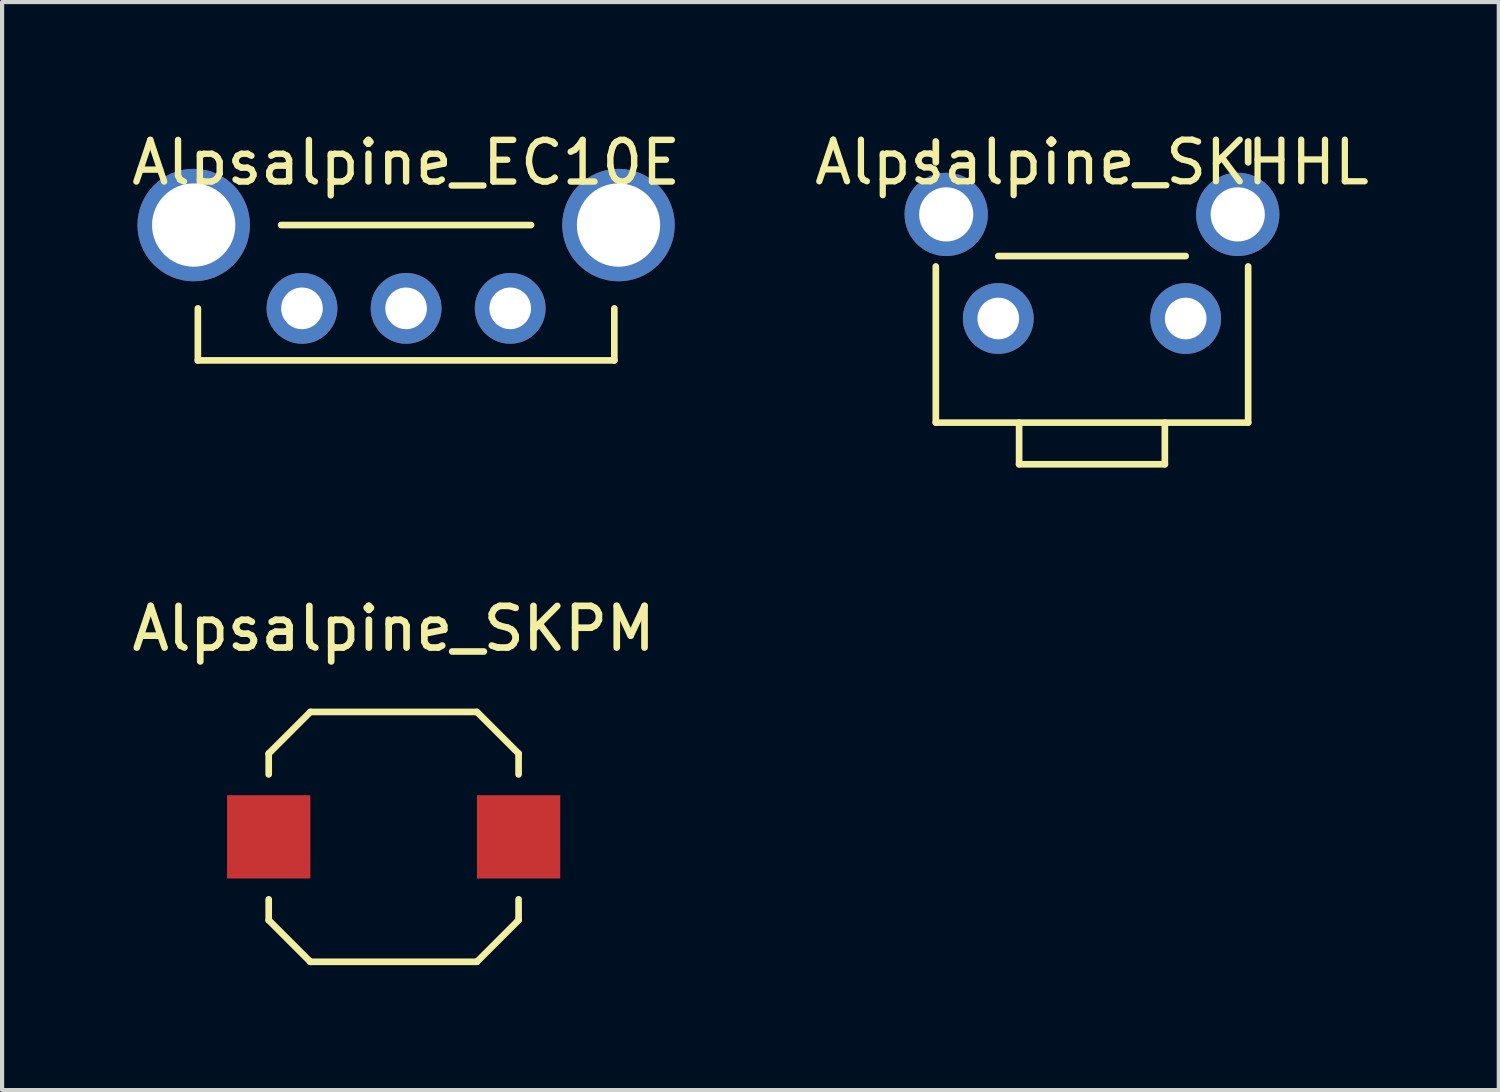
<source format=kicad_pcb>
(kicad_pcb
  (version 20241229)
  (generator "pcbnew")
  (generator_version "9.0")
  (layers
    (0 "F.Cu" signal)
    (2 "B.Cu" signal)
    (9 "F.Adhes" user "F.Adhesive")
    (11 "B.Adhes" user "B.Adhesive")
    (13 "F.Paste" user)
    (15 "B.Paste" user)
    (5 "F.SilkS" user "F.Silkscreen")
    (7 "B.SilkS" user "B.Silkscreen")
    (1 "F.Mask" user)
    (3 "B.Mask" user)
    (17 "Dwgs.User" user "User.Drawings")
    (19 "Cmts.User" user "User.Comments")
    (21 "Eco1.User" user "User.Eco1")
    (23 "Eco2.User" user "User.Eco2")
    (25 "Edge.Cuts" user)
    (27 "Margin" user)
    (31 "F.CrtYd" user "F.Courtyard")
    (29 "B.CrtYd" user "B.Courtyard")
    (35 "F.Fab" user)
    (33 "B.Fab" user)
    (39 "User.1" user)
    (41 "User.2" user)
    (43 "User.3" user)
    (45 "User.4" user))
  (footprint "Alpsalpine_EC10E"
    (layer "F.Cu")
    (at 6.701 3.354)
    (property "Reference" "Alpsalpine_EC10E" (at 0 -2.5 0) (unlocked yes) (layer "F.SilkS") (effects (font (size 1 1) (thickness 0.153))))
    (attr through_hole)
    (fp_line (start -5 1) (end -5 2.25) (stroke (width 0.16) (type default)) (layer "F.SilkS"))
    (fp_line (start -5 2.25) (end 5 2.25) (stroke (width 0.16) (type default)) (layer "F.SilkS"))
    (fp_line (start -3 -1) (end 3 -1) (stroke (width 0.16) (type default)) (layer "F.SilkS"))
    (fp_line (start 5 1) (end 5 2.25) (stroke (width 0.16) (type default)) (layer "F.SilkS"))
    (pad "" thru_hole circle (at -5.1 -1) (size 2.7 2.7) (drill 2) (layers "*.Cu" "*.Mask"))
    (pad "" thru_hole circle (at 5.1 -1) (size 2.7 2.7) (drill 2) (layers "*.Cu" "*.Mask"))
    (pad "1" thru_hole circle (at -2.5 1) (size 1.7 1.7) (drill 1) (layers "*.Cu" "*.Mask"))
    (pad "2" thru_hole circle (at 0 1) (size 1.7 1.7) (drill 1) (layers "*.Cu" "*.Mask"))
    (pad "3" thru_hole circle (at 2.5 1) (size 1.7 1.7) (drill 1) (layers "*.Cu" "*.Mask")))
  (footprint "Alpsalpine_SKPM"
    (layer "F.Cu")
    (at 6.402 17.044)
    (property "Reference" "Alpsalpine_SKPM" (at 0 -5 0) (layer "F.SilkS") (effects (font (size 1 1) (thickness 0.16))))
    (attr smd)
    (fp_line (start -3 -2) (end -2 -3) (stroke (width 0.16) (type solid)) (layer "F.SilkS"))
    (fp_line (start -3 -1.5) (end -3 -2) (stroke (width 0.16) (type solid)) (layer "F.SilkS"))
    (fp_line (start -3 2) (end -3 1.5) (stroke (width 0.16) (type solid)) (layer "F.SilkS"))
    (fp_line (start -3 2) (end -2 3) (stroke (width 0.16) (type solid)) (layer "F.SilkS"))
    (fp_line (start -2 -3) (end 2 -3) (stroke (width 0.16) (type solid)) (layer "F.SilkS"))
    (fp_line (start -2 3) (end 2 3) (stroke (width 0.16) (type solid)) (layer "F.SilkS"))
    (fp_line (start 3 -2) (end 2 -3) (stroke (width 0.16) (type solid)) (layer "F.SilkS"))
    (fp_line (start 3 -1.5) (end 3 -2) (stroke (width 0.16) (type solid)) (layer "F.SilkS"))
    (fp_line (start 3 2) (end 2 3) (stroke (width 0.16) (type solid)) (layer "F.SilkS"))
    (fp_line (start 3 2) (end 3 1.5) (stroke (width 0.16) (type solid)) (layer "F.SilkS"))
    (pad "1" smd rect (at -3 0) (size 2 2) (layers "F.Cu" "F.Mask" "F.Paste"))
    (pad "2" smd rect (at 3 0) (size 2 2) (layers "F.Cu" "F.Mask" "F.Paste")))
  (footprint "Alpsalpine_SKHHL"
    (layer "F.Cu")
    (at 23.17 4.598)
    (property "Reference" "Alpsalpine_SKHHL" (at 0 -3.75 0) (layer "F.SilkS") (effects (font (size 1 1) (thickness 0.15))))
    (attr through_hole)
    (fp_line (start -3.75 -3.75) (end -3.75 -4.25) (stroke (width 0.16) (type solid)) (layer "F.SilkS"))
    (fp_line (start -3.75 2.5) (end -3.75 -1.25) (stroke (width 0.16) (type solid)) (layer "F.SilkS"))
    (fp_line (start -3.75 2.5) (end 3.75 2.5) (stroke (width 0.16) (type solid)) (layer "F.SilkS"))
    (fp_line (start -2.25 -1.5) (end 2.25 -1.5) (stroke (width 0.16) (type default)) (layer "F.SilkS"))
    (fp_line (start -1.75 2.5) (end -1.75 3.5) (stroke (width 0.16) (type default)) (layer "F.SilkS"))
    (fp_line (start -1.75 3.5) (end 1.75 3.5) (stroke (width 0.16) (type default)) (layer "F.SilkS"))
    (fp_line (start 1.75 3.5) (end 1.75 2.5) (stroke (width 0.16) (type default)) (layer "F.SilkS"))
    (fp_line (start 3.75 -3.75) (end 3.75 -4.25) (stroke (width 0.16) (type solid)) (layer "F.SilkS"))
    (fp_line (start 3.75 2.5) (end 3.75 -1.25) (stroke (width 0.16) (type solid)) (layer "F.SilkS"))
    (pad "" thru_hole circle (at -3.5 -2.5) (size 2 2) (drill 1.3) (layers "*.Cu" "*.Mask"))
    (pad "" thru_hole circle (at 3.5 -2.5) (size 2 2) (drill 1.3) (layers "*.Cu" "*.Mask"))
    (pad "1" thru_hole circle (at 2.25 0) (size 1.7 1.7) (drill 1) (layers "*.Cu" "*.Mask"))
    (pad "2" thru_hole circle (at -2.25 0) (size 1.7 1.7) (drill 1) (layers "*.Cu" "*.Mask")))
  (gr_rect
    (start -3 -3)
    (end 32.938 23.124)
    (stroke (width 0.1) (type default))
    (fill no)
    (layer "Edge.Cuts")))
</source>
